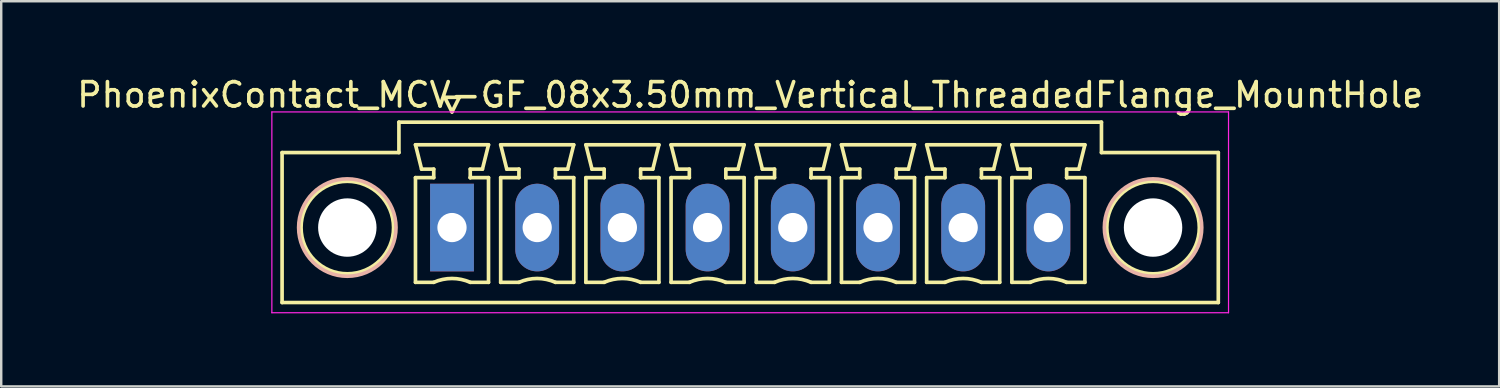
<source format=kicad_pcb>
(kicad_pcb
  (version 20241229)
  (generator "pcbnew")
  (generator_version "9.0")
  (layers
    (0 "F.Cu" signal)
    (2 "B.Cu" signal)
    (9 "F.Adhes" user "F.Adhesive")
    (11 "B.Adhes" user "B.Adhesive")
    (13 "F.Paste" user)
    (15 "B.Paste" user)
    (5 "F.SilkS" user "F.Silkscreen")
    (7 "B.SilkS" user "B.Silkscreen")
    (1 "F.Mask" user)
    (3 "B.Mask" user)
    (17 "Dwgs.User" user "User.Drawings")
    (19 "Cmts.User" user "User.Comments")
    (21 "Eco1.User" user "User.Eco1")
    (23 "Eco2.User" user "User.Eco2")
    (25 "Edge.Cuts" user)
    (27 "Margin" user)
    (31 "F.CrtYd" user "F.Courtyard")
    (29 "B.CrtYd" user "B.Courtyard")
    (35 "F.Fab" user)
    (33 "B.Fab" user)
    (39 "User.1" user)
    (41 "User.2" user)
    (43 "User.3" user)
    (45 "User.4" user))
  (footprint "PhoenixContact_MCV-GF_08x3.50mm_Vertical_ThreadedFlange_MountHole"
    (layer "F.Cu")
    (at 15.518 6.298)
    (property "Reference" "PhoenixContact_MCV-GF_08x3.50mm_Vertical_ThreadedFlange_MountHole" (at 12.25 -5.45 0) (layer "F.SilkS") (effects (font (size 1 1) (thickness 0.15))))
    (attr through_hole)
    (fp_line (start -6.98 -3.08) (end -6.98 3.08) (stroke (width 0.15) (type solid)) (layer "F.SilkS"))
    (fp_line (start -6.98 3.08) (end 31.48 3.08) (stroke (width 0.15) (type solid)) (layer "F.SilkS"))
    (fp_line (start -2.18 -4.33) (end -2.18 -3.08) (stroke (width 0.15) (type solid)) (layer "F.SilkS"))
    (fp_line (start -2.18 -3.08) (end -6.98 -3.08) (stroke (width 0.15) (type solid)) (layer "F.SilkS"))
    (fp_line (start -1.5 -3.4) (end 1.5 -3.4) (stroke (width 0.15) (type solid)) (layer "F.SilkS"))
    (fp_line (start -1.5 -2.05) (end -0.75 -2.05) (stroke (width 0.15) (type solid)) (layer "F.SilkS"))
    (fp_line (start -1.5 2.25) (end -1.5 -2.05) (stroke (width 0.15) (type solid)) (layer "F.SilkS"))
    (fp_line (start -1.25 -2.4) (end -1.5 -3.4) (stroke (width 0.15) (type solid)) (layer "F.SilkS"))
    (fp_line (start -0.75 -2.4) (end -1.25 -2.4) (stroke (width 0.15) (type solid)) (layer "F.SilkS"))
    (fp_line (start -0.75 -2.05) (end -0.75 -2.4) (stroke (width 0.15) (type solid)) (layer "F.SilkS"))
    (fp_line (start -0.75 2.25) (end -1.5 2.25) (stroke (width 0.15) (type solid)) (layer "F.SilkS"))
    (fp_line (start -0.3 -5.35) (end 0 -4.75) (stroke (width 0.15) (type solid)) (layer "F.SilkS"))
    (fp_line (start 0 -4.75) (end 0.3 -5.35) (stroke (width 0.15) (type solid)) (layer "F.SilkS"))
    (fp_line (start 0.3 -5.35) (end -0.3 -5.35) (stroke (width 0.15) (type solid)) (layer "F.SilkS"))
    (fp_line (start 0.75 -2.4) (end 0.75 -2.05) (stroke (width 0.15) (type solid)) (layer "F.SilkS"))
    (fp_line (start 0.75 -2.05) (end 0.75 -2.05) (stroke (width 0.15) (type solid)) (layer "F.SilkS"))
    (fp_line (start 0.75 -2.05) (end 1.5 -2.05) (stroke (width 0.15) (type solid)) (layer "F.SilkS"))
    (fp_line (start 1.25 -2.4) (end 0.75 -2.4) (stroke (width 0.15) (type solid)) (layer "F.SilkS"))
    (fp_line (start 1.5 -3.4) (end 1.25 -2.4) (stroke (width 0.15) (type solid)) (layer "F.SilkS"))
    (fp_line (start 1.5 -2.05) (end 1.5 2.25) (stroke (width 0.15) (type solid)) (layer "F.SilkS"))
    (fp_line (start 1.5 2.25) (end 0.75 2.25) (stroke (width 0.15) (type solid)) (layer "F.SilkS"))
    (fp_line (start 2 -3.4) (end 5 -3.4) (stroke (width 0.15) (type solid)) (layer "F.SilkS"))
    (fp_line (start 2 -2.05) (end 2.75 -2.05) (stroke (width 0.15) (type solid)) (layer "F.SilkS"))
    (fp_line (start 2 2.25) (end 2 -2.05) (stroke (width 0.15) (type solid)) (layer "F.SilkS"))
    (fp_line (start 2.25 -2.4) (end 2 -3.4) (stroke (width 0.15) (type solid)) (layer "F.SilkS"))
    (fp_line (start 2.75 -2.4) (end 2.25 -2.4) (stroke (width 0.15) (type solid)) (layer "F.SilkS"))
    (fp_line (start 2.75 -2.05) (end 2.75 -2.4) (stroke (width 0.15) (type solid)) (layer "F.SilkS"))
    (fp_line (start 2.75 2.25) (end 2 2.25) (stroke (width 0.15) (type solid)) (layer "F.SilkS"))
    (fp_line (start 4.25 -2.4) (end 4.25 -2.05) (stroke (width 0.15) (type solid)) (layer "F.SilkS"))
    (fp_line (start 4.25 -2.05) (end 4.25 -2.05) (stroke (width 0.15) (type solid)) (layer "F.SilkS"))
    (fp_line (start 4.25 -2.05) (end 5 -2.05) (stroke (width 0.15) (type solid)) (layer "F.SilkS"))
    (fp_line (start 4.75 -2.4) (end 4.25 -2.4) (stroke (width 0.15) (type solid)) (layer "F.SilkS"))
    (fp_line (start 5 -3.4) (end 4.75 -2.4) (stroke (width 0.15) (type solid)) (layer "F.SilkS"))
    (fp_line (start 5 -2.05) (end 5 2.25) (stroke (width 0.15) (type solid)) (layer "F.SilkS"))
    (fp_line (start 5 2.25) (end 4.25 2.25) (stroke (width 0.15) (type solid)) (layer "F.SilkS"))
    (fp_line (start 5.5 -3.4) (end 8.5 -3.4) (stroke (width 0.15) (type solid)) (layer "F.SilkS"))
    (fp_line (start 5.5 -2.05) (end 6.25 -2.05) (stroke (width 0.15) (type solid)) (layer "F.SilkS"))
    (fp_line (start 5.5 2.25) (end 5.5 -2.05) (stroke (width 0.15) (type solid)) (layer "F.SilkS"))
    (fp_line (start 5.75 -2.4) (end 5.5 -3.4) (stroke (width 0.15) (type solid)) (layer "F.SilkS"))
    (fp_line (start 6.25 -2.4) (end 5.75 -2.4) (stroke (width 0.15) (type solid)) (layer "F.SilkS"))
    (fp_line (start 6.25 -2.05) (end 6.25 -2.4) (stroke (width 0.15) (type solid)) (layer "F.SilkS"))
    (fp_line (start 6.25 2.25) (end 5.5 2.25) (stroke (width 0.15) (type solid)) (layer "F.SilkS"))
    (fp_line (start 7.75 -2.4) (end 7.75 -2.05) (stroke (width 0.15) (type solid)) (layer "F.SilkS"))
    (fp_line (start 7.75 -2.05) (end 7.75 -2.05) (stroke (width 0.15) (type solid)) (layer "F.SilkS"))
    (fp_line (start 7.75 -2.05) (end 8.5 -2.05) (stroke (width 0.15) (type solid)) (layer "F.SilkS"))
    (fp_line (start 8.25 -2.4) (end 7.75 -2.4) (stroke (width 0.15) (type solid)) (layer "F.SilkS"))
    (fp_line (start 8.5 -3.4) (end 8.25 -2.4) (stroke (width 0.15) (type solid)) (layer "F.SilkS"))
    (fp_line (start 8.5 -2.05) (end 8.5 2.25) (stroke (width 0.15) (type solid)) (layer "F.SilkS"))
    (fp_line (start 8.5 2.25) (end 7.75 2.25) (stroke (width 0.15) (type solid)) (layer "F.SilkS"))
    (fp_line (start 9 -3.4) (end 12 -3.4) (stroke (width 0.15) (type solid)) (layer "F.SilkS"))
    (fp_line (start 9 -2.05) (end 9.75 -2.05) (stroke (width 0.15) (type solid)) (layer "F.SilkS"))
    (fp_line (start 9 2.25) (end 9 -2.05) (stroke (width 0.15) (type solid)) (layer "F.SilkS"))
    (fp_line (start 9.25 -2.4) (end 9 -3.4) (stroke (width 0.15) (type solid)) (layer "F.SilkS"))
    (fp_line (start 9.75 -2.4) (end 9.25 -2.4) (stroke (width 0.15) (type solid)) (layer "F.SilkS"))
    (fp_line (start 9.75 -2.05) (end 9.75 -2.4) (stroke (width 0.15) (type solid)) (layer "F.SilkS"))
    (fp_line (start 9.75 2.25) (end 9 2.25) (stroke (width 0.15) (type solid)) (layer "F.SilkS"))
    (fp_line (start 11.25 -2.4) (end 11.25 -2.05) (stroke (width 0.15) (type solid)) (layer "F.SilkS"))
    (fp_line (start 11.25 -2.05) (end 11.25 -2.05) (stroke (width 0.15) (type solid)) (layer "F.SilkS"))
    (fp_line (start 11.25 -2.05) (end 12 -2.05) (stroke (width 0.15) (type solid)) (layer "F.SilkS"))
    (fp_line (start 11.75 -2.4) (end 11.25 -2.4) (stroke (width 0.15) (type solid)) (layer "F.SilkS"))
    (fp_line (start 12 -3.4) (end 11.75 -2.4) (stroke (width 0.15) (type solid)) (layer "F.SilkS"))
    (fp_line (start 12 -2.05) (end 12 2.25) (stroke (width 0.15) (type solid)) (layer "F.SilkS"))
    (fp_line (start 12 2.25) (end 11.25 2.25) (stroke (width 0.15) (type solid)) (layer "F.SilkS"))
    (fp_line (start 12.5 -3.4) (end 15.5 -3.4) (stroke (width 0.15) (type solid)) (layer "F.SilkS"))
    (fp_line (start 12.5 -2.05) (end 13.25 -2.05) (stroke (width 0.15) (type solid)) (layer "F.SilkS"))
    (fp_line (start 12.5 2.25) (end 12.5 -2.05) (stroke (width 0.15) (type solid)) (layer "F.SilkS"))
    (fp_line (start 12.75 -2.4) (end 12.5 -3.4) (stroke (width 0.15) (type solid)) (layer "F.SilkS"))
    (fp_line (start 13.25 -2.4) (end 12.75 -2.4) (stroke (width 0.15) (type solid)) (layer "F.SilkS"))
    (fp_line (start 13.25 -2.05) (end 13.25 -2.4) (stroke (width 0.15) (type solid)) (layer "F.SilkS"))
    (fp_line (start 13.25 2.25) (end 12.5 2.25) (stroke (width 0.15) (type solid)) (layer "F.SilkS"))
    (fp_line (start 14.75 -2.4) (end 14.75 -2.05) (stroke (width 0.15) (type solid)) (layer "F.SilkS"))
    (fp_line (start 14.75 -2.05) (end 14.75 -2.05) (stroke (width 0.15) (type solid)) (layer "F.SilkS"))
    (fp_line (start 14.75 -2.05) (end 15.5 -2.05) (stroke (width 0.15) (type solid)) (layer "F.SilkS"))
    (fp_line (start 15.25 -2.4) (end 14.75 -2.4) (stroke (width 0.15) (type solid)) (layer "F.SilkS"))
    (fp_line (start 15.5 -3.4) (end 15.25 -2.4) (stroke (width 0.15) (type solid)) (layer "F.SilkS"))
    (fp_line (start 15.5 -2.05) (end 15.5 2.25) (stroke (width 0.15) (type solid)) (layer "F.SilkS"))
    (fp_line (start 15.5 2.25) (end 14.75 2.25) (stroke (width 0.15) (type solid)) (layer "F.SilkS"))
    (fp_line (start 16 -3.4) (end 19 -3.4) (stroke (width 0.15) (type solid)) (layer "F.SilkS"))
    (fp_line (start 16 -2.05) (end 16.75 -2.05) (stroke (width 0.15) (type solid)) (layer "F.SilkS"))
    (fp_line (start 16 2.25) (end 16 -2.05) (stroke (width 0.15) (type solid)) (layer "F.SilkS"))
    (fp_line (start 16.25 -2.4) (end 16 -3.4) (stroke (width 0.15) (type solid)) (layer "F.SilkS"))
    (fp_line (start 16.75 -2.4) (end 16.25 -2.4) (stroke (width 0.15) (type solid)) (layer "F.SilkS"))
    (fp_line (start 16.75 -2.05) (end 16.75 -2.4) (stroke (width 0.15) (type solid)) (layer "F.SilkS"))
    (fp_line (start 16.75 2.25) (end 16 2.25) (stroke (width 0.15) (type solid)) (layer "F.SilkS"))
    (fp_line (start 18.25 -2.4) (end 18.25 -2.05) (stroke (width 0.15) (type solid)) (layer "F.SilkS"))
    (fp_line (start 18.25 -2.05) (end 18.25 -2.05) (stroke (width 0.15) (type solid)) (layer "F.SilkS"))
    (fp_line (start 18.25 -2.05) (end 19 -2.05) (stroke (width 0.15) (type solid)) (layer "F.SilkS"))
    (fp_line (start 18.75 -2.4) (end 18.25 -2.4) (stroke (width 0.15) (type solid)) (layer "F.SilkS"))
    (fp_line (start 19 -3.4) (end 18.75 -2.4) (stroke (width 0.15) (type solid)) (layer "F.SilkS"))
    (fp_line (start 19 -2.05) (end 19 2.25) (stroke (width 0.15) (type solid)) (layer "F.SilkS"))
    (fp_line (start 19 2.25) (end 18.25 2.25) (stroke (width 0.15) (type solid)) (layer "F.SilkS"))
    (fp_line (start 19.5 -3.4) (end 22.5 -3.4) (stroke (width 0.15) (type solid)) (layer "F.SilkS"))
    (fp_line (start 19.5 -2.05) (end 20.25 -2.05) (stroke (width 0.15) (type solid)) (layer "F.SilkS"))
    (fp_line (start 19.5 2.25) (end 19.5 -2.05) (stroke (width 0.15) (type solid)) (layer "F.SilkS"))
    (fp_line (start 19.75 -2.4) (end 19.5 -3.4) (stroke (width 0.15) (type solid)) (layer "F.SilkS"))
    (fp_line (start 20.25 -2.4) (end 19.75 -2.4) (stroke (width 0.15) (type solid)) (layer "F.SilkS"))
    (fp_line (start 20.25 -2.05) (end 20.25 -2.4) (stroke (width 0.15) (type solid)) (layer "F.SilkS"))
    (fp_line (start 20.25 2.25) (end 19.5 2.25) (stroke (width 0.15) (type solid)) (layer "F.SilkS"))
    (fp_line (start 21.75 -2.4) (end 21.75 -2.05) (stroke (width 0.15) (type solid)) (layer "F.SilkS"))
    (fp_line (start 21.75 -2.05) (end 21.75 -2.05) (stroke (width 0.15) (type solid)) (layer "F.SilkS"))
    (fp_line (start 21.75 -2.05) (end 22.5 -2.05) (stroke (width 0.15) (type solid)) (layer "F.SilkS"))
    (fp_line (start 22.25 -2.4) (end 21.75 -2.4) (stroke (width 0.15) (type solid)) (layer "F.SilkS"))
    (fp_line (start 22.5 -3.4) (end 22.25 -2.4) (stroke (width 0.15) (type solid)) (layer "F.SilkS"))
    (fp_line (start 22.5 -2.05) (end 22.5 2.25) (stroke (width 0.15) (type solid)) (layer "F.SilkS"))
    (fp_line (start 22.5 2.25) (end 21.75 2.25) (stroke (width 0.15) (type solid)) (layer "F.SilkS"))
    (fp_line (start 23 -3.4) (end 26 -3.4) (stroke (width 0.15) (type solid)) (layer "F.SilkS"))
    (fp_line (start 23 -2.05) (end 23.75 -2.05) (stroke (width 0.15) (type solid)) (layer "F.SilkS"))
    (fp_line (start 23 2.25) (end 23 -2.05) (stroke (width 0.15) (type solid)) (layer "F.SilkS"))
    (fp_line (start 23.25 -2.4) (end 23 -3.4) (stroke (width 0.15) (type solid)) (layer "F.SilkS"))
    (fp_line (start 23.75 -2.4) (end 23.25 -2.4) (stroke (width 0.15) (type solid)) (layer "F.SilkS"))
    (fp_line (start 23.75 -2.05) (end 23.75 -2.4) (stroke (width 0.15) (type solid)) (layer "F.SilkS"))
    (fp_line (start 23.75 2.25) (end 23 2.25) (stroke (width 0.15) (type solid)) (layer "F.SilkS"))
    (fp_line (start 25.25 -2.4) (end 25.25 -2.05) (stroke (width 0.15) (type solid)) (layer "F.SilkS"))
    (fp_line (start 25.25 -2.05) (end 25.25 -2.05) (stroke (width 0.15) (type solid)) (layer "F.SilkS"))
    (fp_line (start 25.25 -2.05) (end 26 -2.05) (stroke (width 0.15) (type solid)) (layer "F.SilkS"))
    (fp_line (start 25.75 -2.4) (end 25.25 -2.4) (stroke (width 0.15) (type solid)) (layer "F.SilkS"))
    (fp_line (start 26 -3.4) (end 25.75 -2.4) (stroke (width 0.15) (type solid)) (layer "F.SilkS"))
    (fp_line (start 26 -2.05) (end 26 2.25) (stroke (width 0.15) (type solid)) (layer "F.SilkS"))
    (fp_line (start 26 2.25) (end 25.25 2.25) (stroke (width 0.15) (type solid)) (layer "F.SilkS"))
    (fp_line (start 26.68 -4.33) (end -2.18 -4.33) (stroke (width 0.15) (type solid)) (layer "F.SilkS"))
    (fp_line (start 26.68 -3.08) (end 26.68 -4.33) (stroke (width 0.15) (type solid)) (layer "F.SilkS"))
    (fp_line (start 31.48 -3.08) (end 26.68 -3.08) (stroke (width 0.15) (type solid)) (layer "F.SilkS"))
    (fp_line (start 31.48 3.08) (end 31.48 -3.08) (stroke (width 0.15) (type solid)) (layer "F.SilkS"))
    (fp_arc (start -0.75 2.25) (mid -0.000193 2.09191) (end 0.749647 2.249844) (stroke (width 0.15) (type solid)) (layer "F.SilkS"))
    (fp_arc (start 2.75 2.25) (mid 3.499807 2.09191) (end 4.249647 2.249844) (stroke (width 0.15) (type solid)) (layer "F.SilkS"))
    (fp_arc (start 6.25 2.25) (mid 6.999807 2.09191) (end 7.749647 2.249844) (stroke (width 0.15) (type solid)) (layer "F.SilkS"))
    (fp_arc (start 9.75 2.25) (mid 10.499807 2.09191) (end 11.249647 2.249844) (stroke (width 0.15) (type solid)) (layer "F.SilkS"))
    (fp_arc (start 13.25 2.25) (mid 13.999807 2.09191) (end 14.749647 2.249844) (stroke (width 0.15) (type solid)) (layer "F.SilkS"))
    (fp_arc (start 16.75 2.25) (mid 17.499807 2.09191) (end 18.249647 2.249844) (stroke (width 0.15) (type solid)) (layer "F.SilkS"))
    (fp_arc (start 20.25 2.25) (mid 20.999807 2.09191) (end 21.749647 2.249844) (stroke (width 0.15) (type solid)) (layer "F.SilkS"))
    (fp_arc (start 23.75 2.25) (mid 24.499807 2.09191) (end 25.249647 2.249844) (stroke (width 0.15) (type solid)) (layer "F.SilkS"))
    (fp_circle (center -4.3 0) (end -2.4 0) (stroke (width 0.15) (type solid)) (fill no) (layer "F.SilkS"))
    (fp_circle (center 28.8 0) (end 30.7 0) (stroke (width 0.15) (type solid)) (fill no) (layer "F.SilkS"))
    (fp_circle (center -4.3 0) (end -2.3 0) (stroke (width 0.15) (type solid)) (fill no) (layer "B.SilkS"))
    (fp_circle (center 28.8 0) (end 30.8 0) (stroke (width 0.15) (type solid)) (fill no) (layer "B.SilkS"))
    (fp_line (start -7.4 -4.75) (end -7.4 3.5) (stroke (width 0.05) (type solid)) (layer "F.CrtYd"))
    (fp_line (start -7.4 3.5) (end 31.9 3.5) (stroke (width 0.05) (type solid)) (layer "F.CrtYd"))
    (fp_line (start 31.9 -4.75) (end -7.4 -4.75) (stroke (width 0.05) (type solid)) (layer "F.CrtYd"))
    (fp_line (start 31.9 3.5) (end 31.9 -4.75) (stroke (width 0.05) (type solid)) (layer "F.CrtYd"))
    (pad "" np_thru_hole circle (at -4.3 0) (size 2.4 2.4) (drill 2.4) (layers "*.Cu" "*.Mask"))
    (pad "" np_thru_hole circle (at 28.8 0) (size 2.4 2.4) (drill 2.4) (layers "*.Cu" "*.Mask"))
    (pad "1" thru_hole rect (at 0 0) (size 1.8 3.6) (drill 1.2) (layers "*.Cu" "*.Mask"))
    (pad "2" thru_hole oval (at 3.5 0) (size 1.8 3.6) (drill 1.2) (layers "*.Cu" "*.Mask"))
    (pad "3" thru_hole oval (at 7 0) (size 1.8 3.6) (drill 1.2) (layers "*.Cu" "*.Mask"))
    (pad "4" thru_hole oval (at 10.5 0) (size 1.8 3.6) (drill 1.2) (layers "*.Cu" "*.Mask"))
    (pad "5" thru_hole oval (at 14 0) (size 1.8 3.6) (drill 1.2) (layers "*.Cu" "*.Mask"))
    (pad "6" thru_hole oval (at 17.5 0) (size 1.8 3.6) (drill 1.2) (layers "*.Cu" "*.Mask"))
    (pad "7" thru_hole oval (at 21 0) (size 1.8 3.6) (drill 1.2) (layers "*.Cu" "*.Mask"))
    (pad "8" thru_hole oval (at 24.5 0) (size 1.8 3.6) (drill 1.2) (layers "*.Cu" "*.Mask")))
  (gr_rect
    (start -3 -3)
    (end 58.536 12.823)
    (stroke (width 0.1) (type default))
    (fill no)
    (layer "Edge.Cuts")))
</source>
